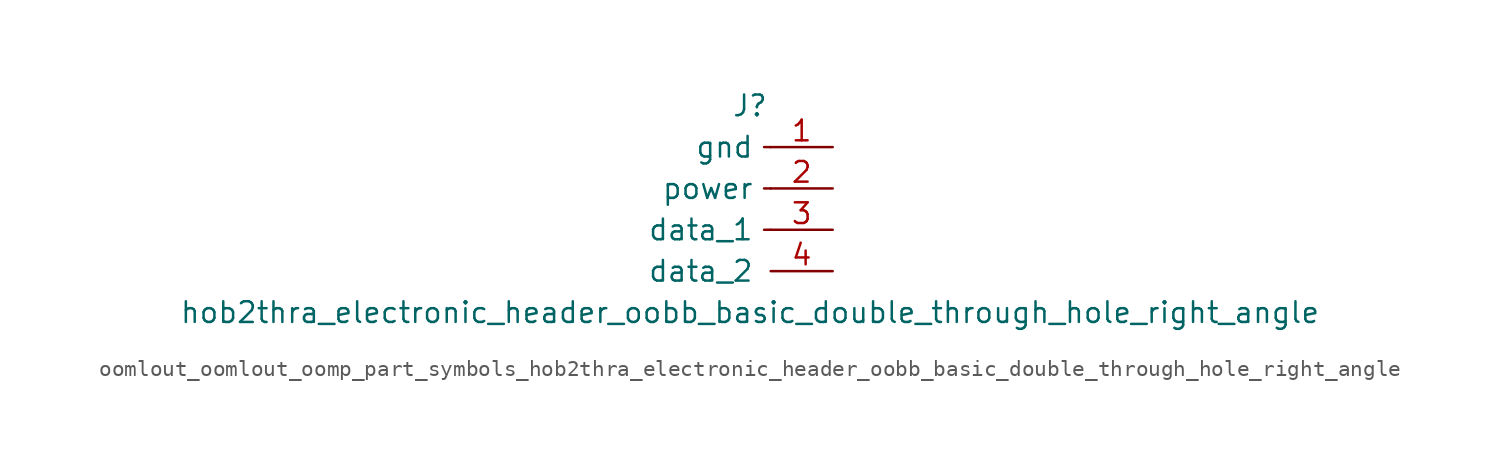
<source format=kicad_sym>
(kicad_symbol_lib
  (version 20220914)
  (generator kicad_symbol_editor)
  (symbol "oomlout_oomlout_oomp_part_symbols_hob2thra_electronic_header_oobb_basic_double_through_hole_right_angle"
    (pin_names
      (offset 1.016))
    (property "Reference" "J"
      (at 0 5.08 0)
      (effects (font (size 1.27 1.27))))
    (property "Value" "hob2thra_electronic_header_oobb_basic_double_through_hole_right_angle"
      (at 0 -7.62 0)
      (effects (font (size 1.27 1.27))))
    (symbol "oomlout_oomlout_oomp_part_symbols_hob2thra_electronic_header_oobb_basic_double_through_hole_right_angle_1_1"
      (polyline (pts (xy 1.27 -2.54) (xy 0.864 -2.54)) (stroke (width 0.152) (type default)) (fill (type none)))
      (polyline (pts (xy 1.27 0) (xy 0.864 0)) (stroke (width 0.152) (type default)) (fill (type none)))
      (polyline (pts (xy 1.27 2.54) (xy 0.864 2.54)) (stroke (width 0.152) (type default)) (fill (type none)))
      (pin passive line (at 5.08 2.54 180) (length 3.81) (name "gnd" (effects (font (size 1.27 1.27)))) (number "1" (effects (font (size 1.27 1.27)))))
      (pin passive line (at 5.08 0 180) (length 3.81) (name "power" (effects (font (size 1.27 1.27)))) (number "2" (effects (font (size 1.27 1.27)))))
      (pin passive line (at 5.08 -2.54 180) (length 3.81) (name "data_1" (effects (font (size 1.27 1.27)))) (number "3" (effects (font (size 1.27 1.27)))))
      (pin passive line (at 5.08 -5.08 180) (length 3.81) (name "data_2" (effects (font (size 1.27 1.27)))) (number "4" (effects (font (size 1.27 1.27))))))))
</source>
